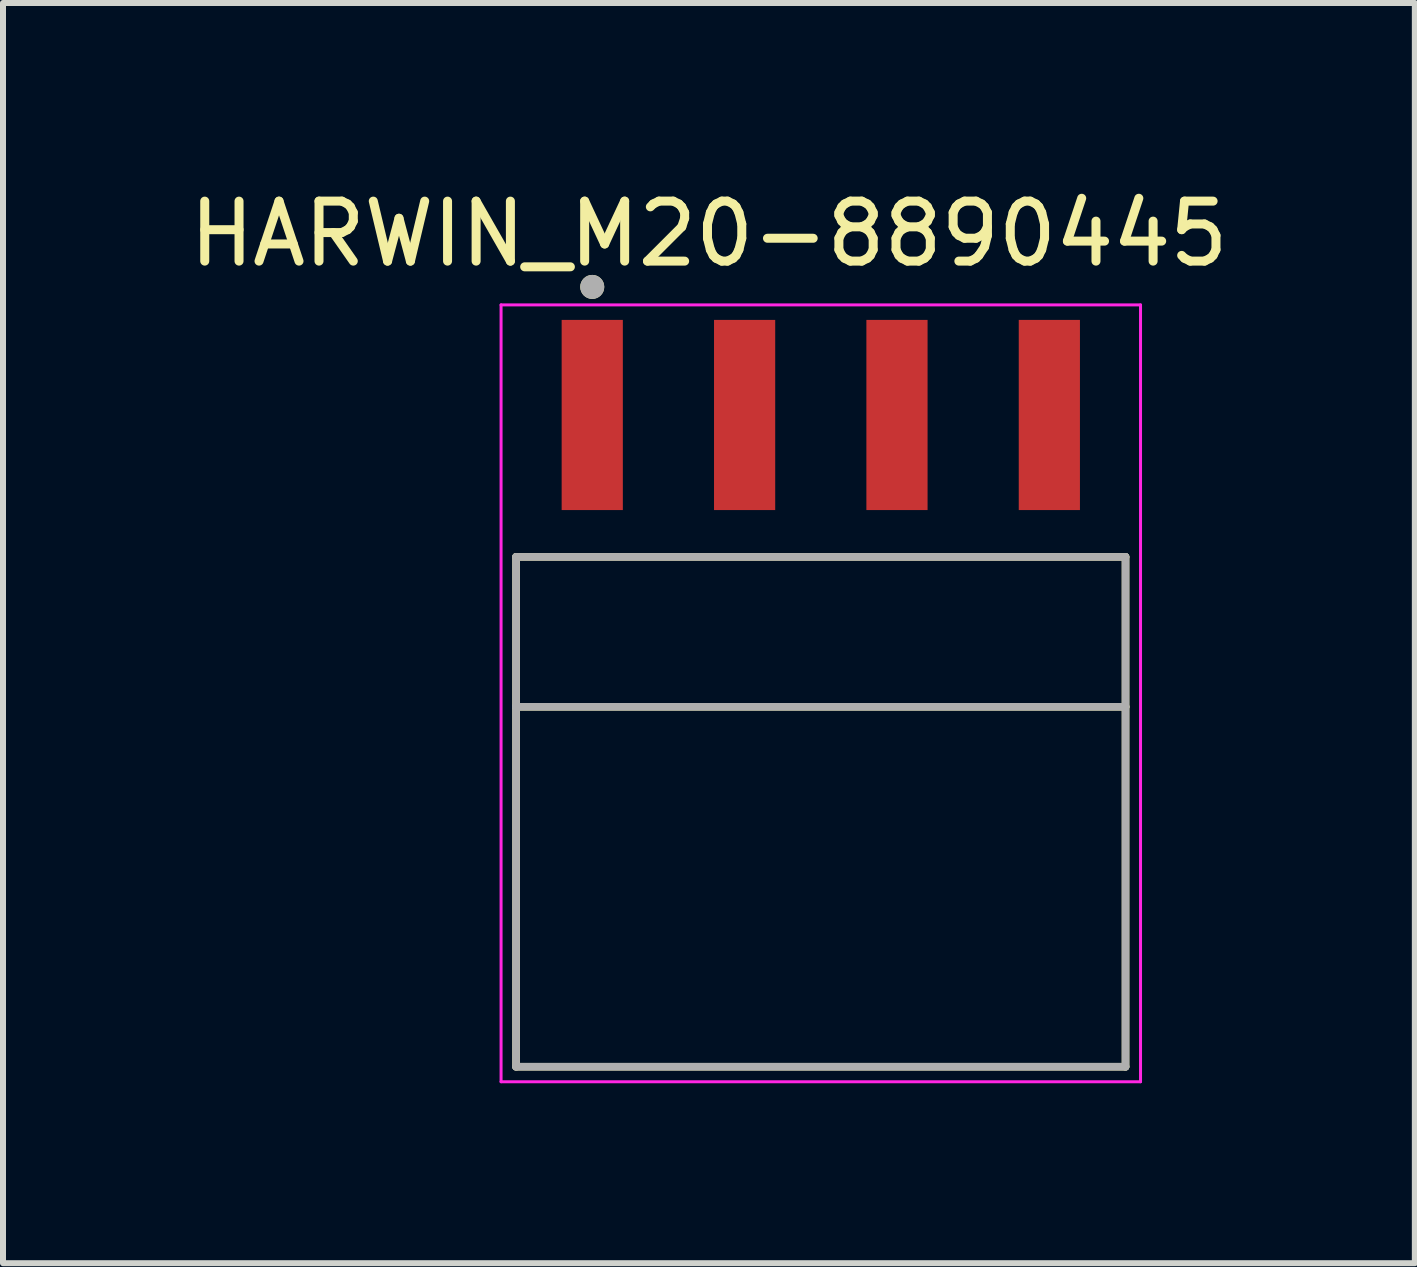
<source format=kicad_pcb>
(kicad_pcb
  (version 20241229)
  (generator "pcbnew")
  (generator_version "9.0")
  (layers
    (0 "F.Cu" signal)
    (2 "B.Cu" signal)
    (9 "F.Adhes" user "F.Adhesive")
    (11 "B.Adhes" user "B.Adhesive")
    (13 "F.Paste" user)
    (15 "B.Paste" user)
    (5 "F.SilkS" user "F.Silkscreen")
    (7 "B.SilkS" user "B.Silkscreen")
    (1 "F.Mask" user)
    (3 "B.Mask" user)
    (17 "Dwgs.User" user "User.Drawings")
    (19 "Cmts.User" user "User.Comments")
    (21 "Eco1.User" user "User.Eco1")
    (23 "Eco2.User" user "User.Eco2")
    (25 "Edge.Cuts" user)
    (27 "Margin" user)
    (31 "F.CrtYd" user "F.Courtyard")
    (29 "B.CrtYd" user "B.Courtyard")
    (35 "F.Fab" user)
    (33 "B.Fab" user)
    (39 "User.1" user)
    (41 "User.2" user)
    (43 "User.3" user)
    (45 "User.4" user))
  (footprint "HARWIN_M20-8890445"
    (layer "F.Cu")
    (at 10.633 7.483)
    (property "Reference" "HARWIN_M20-8890445" (at -1.865 -6.635 0) (layer "F.SilkS") (effects (font (size 1 1) (thickness 0.15))))
    (attr smd)
    (fp_line (start -5.08 -1.25) (end 5.08 -1.25) (stroke (width 0.127) (type solid)) (layer "F.SilkS"))
    (fp_line (start -5.08 1.25) (end -5.08 -1.25) (stroke (width 0.127) (type solid)) (layer "F.SilkS"))
    (fp_line (start -5.08 7.25) (end -5.08 1.25) (stroke (width 0.127) (type solid)) (layer "F.SilkS"))
    (fp_line (start 5.08 -1.25) (end 5.08 1.25) (stroke (width 0.127) (type solid)) (layer "F.SilkS"))
    (fp_line (start 5.08 1.25) (end -5.08 1.25) (stroke (width 0.127) (type solid)) (layer "F.SilkS"))
    (fp_line (start 5.08 1.25) (end 5.08 7.25) (stroke (width 0.127) (type solid)) (layer "F.SilkS"))
    (fp_line (start 5.08 7.25) (end -5.08 7.25) (stroke (width 0.127) (type solid)) (layer "F.SilkS"))
    (fp_circle (center -3.81 -5.75) (end -3.71 -5.75) (stroke (width 0.2) (type solid)) (fill no) (layer "F.SilkS"))
    (fp_line (start -5.33 -5.45) (end -5.33 7.5) (stroke (width 0.05) (type solid)) (layer "F.CrtYd"))
    (fp_line (start -5.33 7.5) (end 5.33 7.5) (stroke (width 0.05) (type solid)) (layer "F.CrtYd"))
    (fp_line (start 5.33 -5.45) (end -5.33 -5.45) (stroke (width 0.05) (type solid)) (layer "F.CrtYd"))
    (fp_line (start 5.33 7.5) (end 5.33 -5.45) (stroke (width 0.05) (type solid)) (layer "F.CrtYd"))
    (fp_line (start -5.08 -1.25) (end 5.08 -1.25) (stroke (width 0.127) (type solid)) (layer "F.Fab"))
    (fp_line (start -5.08 1.25) (end -5.08 -1.25) (stroke (width 0.127) (type solid)) (layer "F.Fab"))
    (fp_line (start -5.08 7.25) (end -5.08 1.25) (stroke (width 0.127) (type solid)) (layer "F.Fab"))
    (fp_line (start 5.08 -1.25) (end 5.08 1.25) (stroke (width 0.127) (type solid)) (layer "F.Fab"))
    (fp_line (start 5.08 1.25) (end -5.08 1.25) (stroke (width 0.127) (type solid)) (layer "F.Fab"))
    (fp_line (start 5.08 1.25) (end 5.08 7.25) (stroke (width 0.127) (type solid)) (layer "F.Fab"))
    (fp_line (start 5.08 7.25) (end -5.08 7.25) (stroke (width 0.127) (type solid)) (layer "F.Fab"))
    (fp_circle (center -3.81 -5.75) (end -3.71 -5.75) (stroke (width 0.2) (type solid)) (fill no) (layer "F.Fab"))
    (pad "1" smd rect (at -3.81 -3.615) (size 1.02 3.17) (layers "F.Cu" "F.Mask" "F.Paste"))
    (pad "2" smd rect (at -1.27 -3.615) (size 1.02 3.17) (layers "F.Cu" "F.Mask" "F.Paste"))
    (pad "3" smd rect (at 1.27 -3.615) (size 1.02 3.17) (layers "F.Cu" "F.Mask" "F.Paste"))
    (pad "4" smd rect (at 3.81 -3.615) (size 1.02 3.17) (layers "F.Cu" "F.Mask" "F.Paste")))
  (gr_rect
    (start -3 -3)
    (end 20.536 18.008)
    (stroke (width 0.1) (type default))
    (fill no)
    (layer "Edge.Cuts")))
</source>
